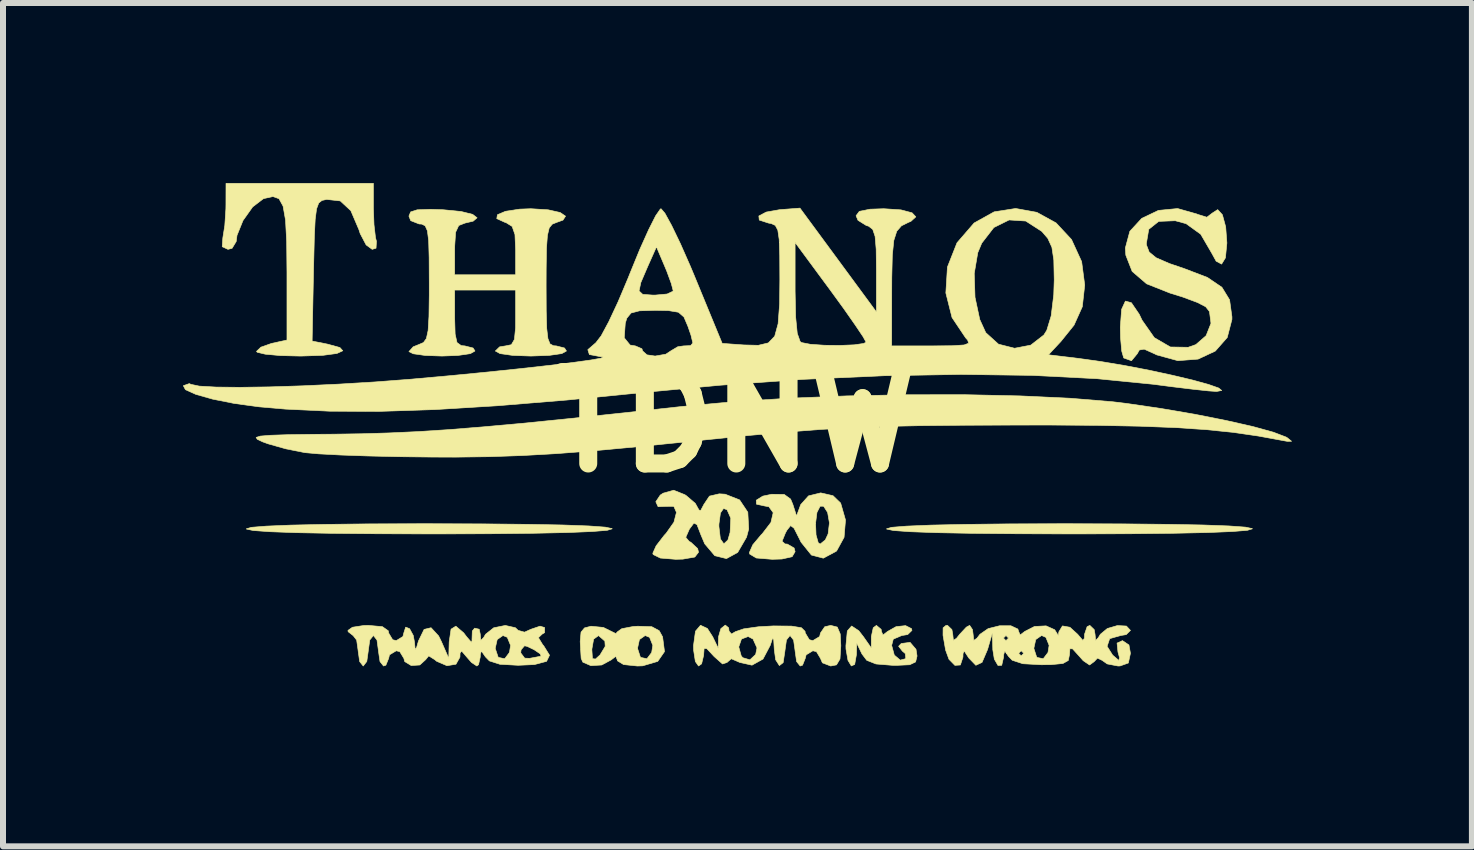
<source format=kicad_pcb>
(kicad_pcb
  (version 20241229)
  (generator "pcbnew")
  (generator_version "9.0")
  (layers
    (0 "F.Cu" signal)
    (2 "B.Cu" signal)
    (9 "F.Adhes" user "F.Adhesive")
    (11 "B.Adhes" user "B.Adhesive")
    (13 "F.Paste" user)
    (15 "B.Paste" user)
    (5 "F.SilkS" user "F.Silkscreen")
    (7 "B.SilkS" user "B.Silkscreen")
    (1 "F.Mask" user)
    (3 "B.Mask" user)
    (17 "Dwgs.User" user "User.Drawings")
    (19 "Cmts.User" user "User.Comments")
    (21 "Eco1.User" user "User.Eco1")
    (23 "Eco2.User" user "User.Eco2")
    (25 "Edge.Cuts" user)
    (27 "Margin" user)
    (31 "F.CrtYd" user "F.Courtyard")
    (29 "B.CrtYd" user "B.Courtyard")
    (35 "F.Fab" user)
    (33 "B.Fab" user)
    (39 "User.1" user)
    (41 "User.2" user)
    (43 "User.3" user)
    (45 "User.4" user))
  (footprint "TDNW"
    (layer "F.Cu")
    (at 9.183 3.984)
    (property "Reference" "TDNW" (at 0 0 0) (layer "F.SilkS") (effects (font (size 1.524 1.524) (thickness 0.3))))
    (attr through_hole)
    (fp_poly (pts (xy -4.191 1.696) (xy -3.448 1.703) (xy -2.857 1.714) (xy -2.422 1.73) (xy -2.146 1.75) (xy -2.034 1.774) (xy -2.032 1.778) (xy -2.116 1.803) (xy -2.365 1.823) (xy -2.774 1.84) (xy -3.34 1.852) (xy -4.058 1.86) (xy -4.923 1.863) (xy -5.08 1.863) (xy -5.969 1.86) (xy -6.712 1.853) (xy -7.303 1.842) (xy -7.738 1.826) (xy -8.014 1.806) (xy -8.126 1.782) (xy -8.128 1.778) (xy -8.044 1.753) (xy -7.795 1.733) (xy -7.386 1.716) (xy -6.82 1.704) (xy -6.102 1.696) (xy -5.237 1.693) (xy -5.08 1.693) (xy -4.191 1.696)) (stroke (width 0.01) (type solid)) (fill yes) (layer "F.SilkS"))
    (fp_poly (pts (xy 6.477 1.696) (xy 7.22 1.703) (xy 7.811 1.714) (xy 8.246 1.73) (xy 8.522 1.75) (xy 8.634 1.774) (xy 8.636 1.778) (xy 8.552 1.803) (xy 8.303 1.823) (xy 7.894 1.84) (xy 7.328 1.852) (xy 6.61 1.86) (xy 5.745 1.863) (xy 5.588 1.863) (xy 4.699 1.86) (xy 3.956 1.853) (xy 3.365 1.842) (xy 2.93 1.826) (xy 2.654 1.806) (xy 2.542 1.782) (xy 2.54 1.778) (xy 2.624 1.753) (xy 2.873 1.733) (xy 3.282 1.716) (xy 3.848 1.704) (xy 4.566 1.696) (xy 5.431 1.693) (xy 5.588 1.693) (xy 6.477 1.696)) (stroke (width 0.01) (type solid)) (fill yes) (layer "F.SilkS"))
    (fp_poly (pts (xy 2.45 3.453) (xy 2.455 3.488) (xy 2.48 3.547) (xy 2.557 3.488) (xy 2.699 3.408) (xy 2.857 3.391) (xy 2.956 3.441) (xy 2.963 3.471) (xy 2.892 3.54) (xy 2.794 3.556) (xy 2.652 3.616) (xy 2.625 3.72) (xy 2.669 3.882) (xy 2.768 3.966) (xy 2.861 3.941) (xy 2.852 3.857) (xy 2.804 3.816) (xy 2.741 3.735) (xy 2.785 3.689) (xy 2.932 3.67) (xy 3.031 3.786) (xy 3.048 3.898) (xy 3.024 3.996) (xy 2.926 4.043) (xy 2.711 4.053) (xy 2.633 4.052) (xy 2.363 4.03) (xy 2.21 3.969) (xy 2.13 3.863) (xy 2.043 3.683) (xy 2.038 3.873) (xy 2.009 4.038) (xy 1.953 4.063) (xy 1.897 3.97) (xy 1.864 3.78) (xy 1.863 3.725) (xy 1.886 3.48) (xy 1.958 3.397) (xy 2.077 3.476) (xy 2.154 3.575) (xy 2.286 3.763) (xy 2.286 3.575) (xy 2.318 3.427) (xy 2.371 3.387) (xy 2.45 3.453)) (stroke (width 0.01) (type solid)) (fill yes) (layer "F.SilkS"))
    (fp_poly (pts (xy -1.372 3.409) (xy -1.249 3.475) (xy -1.192 3.578) (xy -1.16 3.824) (xy -1.273 3.987) (xy -1.524 4.061) (xy -1.612 4.064) (xy -1.842 4.04) (xy -1.945 3.977) (xy -1.947 3.962) (xy -1.972 3.903) (xy -2.049 3.962) (xy -2.206 4.047) (xy -2.387 4.058) (xy -2.521 4) (xy -2.549 3.937) (xy -2.558 3.786) (xy -2.371 3.786) (xy -2.361 3.941) (xy -2.31 3.948) (xy -2.234 3.879) (xy -2.168 3.77) (xy -1.61 3.77) (xy -1.564 3.911) (xy -1.555 3.921) (xy -1.453 3.943) (xy -1.374 3.839) (xy -1.355 3.72) (xy -1.409 3.586) (xy -1.482 3.556) (xy -1.578 3.623) (xy -1.61 3.77) (xy -2.168 3.77) (xy -2.148 3.736) (xy -2.154 3.649) (xy -2.259 3.557) (xy -2.341 3.616) (xy -2.371 3.786) (xy -2.558 3.786) (xy -2.565 3.655) (xy -2.551 3.499) (xy -2.493 3.429) (xy -2.385 3.401) (xy -2.179 3.421) (xy -2.07 3.475) (xy -1.97 3.524) (xy -1.947 3.496) (xy -1.872 3.442) (xy -1.684 3.406) (xy -1.606 3.401) (xy -1.372 3.409)) (stroke (width 0.01) (type solid)) (fill yes) (layer "F.SilkS"))
    (fp_poly (pts (xy -6.011 -3.563) (xy -6.001 -3.29) (xy -5.976 -3.074) (xy -5.96 -3.013) (xy -5.967 -2.898) (xy -6.031 -2.879) (xy -6.132 -2.953) (xy -6.231 -3.142) (xy -6.252 -3.207) (xy -6.387 -3.523) (xy -6.563 -3.686) (xy -6.79 -3.711) (xy -6.868 -3.694) (xy -6.922 -3.651) (xy -6.958 -3.554) (xy -6.981 -3.378) (xy -6.995 -3.095) (xy -7.005 -2.678) (xy -7.009 -2.517) (xy -7.032 -1.351) (xy -6.776 -1.3) (xy -6.569 -1.243) (xy -6.521 -1.189) (xy -6.619 -1.144) (xy -6.852 -1.113) (xy -7.21 -1.101) (xy -7.239 -1.101) (xy -7.564 -1.109) (xy -7.813 -1.132) (xy -7.946 -1.164) (xy -7.959 -1.179) (xy -7.886 -1.249) (xy -7.71 -1.311) (xy -7.705 -1.312) (xy -7.451 -1.368) (xy -7.451 -2.494) (xy -7.456 -3.005) (xy -7.475 -3.366) (xy -7.516 -3.599) (xy -7.584 -3.723) (xy -7.686 -3.759) (xy -7.829 -3.727) (xy -7.848 -3.72) (xy -8.023 -3.586) (xy -8.184 -3.359) (xy -8.284 -3.112) (xy -8.297 -3.01) (xy -8.366 -2.896) (xy -8.434 -2.879) (xy -8.53 -2.923) (xy -8.52 -3.069) (xy -8.487 -3.277) (xy -8.469 -3.552) (xy -8.468 -3.619) (xy -8.467 -3.979) (xy -6.011 -3.979) (xy -6.011 -3.563)) (stroke (width 0.01) (type solid)) (fill yes) (layer "F.SilkS"))
    (fp_poly (pts (xy 1.648 1.226) (xy 1.775 1.349) (xy 1.856 1.631) (xy 1.832 1.92) (xy 1.71 2.143) (xy 1.7 2.153) (xy 1.486 2.267) (xy 1.288 2.215) (xy 1.115 2) (xy 1.091 1.951) (xy 0.999 1.769) (xy 0.941 1.724) (xy 0.88 1.801) (xy 0.855 1.847) (xy 0.799 1.985) (xy 0.849 2.03) (xy 0.886 2.032) (xy 1 2.098) (xy 1.016 2.159) (xy 0.966 2.243) (xy 0.797 2.281) (xy 0.635 2.286) (xy 0.369 2.264) (xy 0.259 2.198) (xy 0.254 2.174) (xy 0.311 2.044) (xy 0.451 1.877) (xy 0.469 1.86) (xy 0.601 1.688) (xy 1.357 1.688) (xy 1.365 1.88) (xy 1.402 2.011) (xy 1.434 2.032) (xy 1.52 1.962) (xy 1.566 1.863) (xy 1.588 1.679) (xy 1.558 1.506) (xy 1.491 1.401) (xy 1.433 1.401) (xy 1.38 1.505) (xy 1.357 1.688) (xy 0.601 1.688) (xy 0.613 1.673) (xy 0.651 1.509) (xy 0.579 1.41) (xy 0.507 1.397) (xy 0.372 1.367) (xy 0.369 1.301) (xy 0.478 1.233) (xy 0.626 1.202) (xy 0.835 1.205) (xy 0.941 1.282) (xy 0.978 1.37) (xy 1.04 1.564) (xy 1.11 1.374) (xy 1.24 1.229) (xy 1.443 1.179) (xy 1.648 1.226)) (stroke (width 0.01) (type solid)) (fill yes) (layer "F.SilkS"))
    (fp_poly (pts (xy -0.822 1.209) (xy -0.799 1.224) (xy -0.647 1.354) (xy -0.587 1.462) (xy -0.559 1.476) (xy -0.503 1.37) (xy -0.411 1.233) (xy -0.248 1.195) (xy -0.15 1.201) (xy 0.091 1.296) (xy 0.228 1.501) (xy 0.243 1.781) (xy 0.207 1.917) (xy 0.059 2.172) (xy -0.128 2.274) (xy -0.322 2.226) (xy -0.49 2.028) (xy -0.553 1.879) (xy -0.608 1.736) (xy -0.254 1.736) (xy -0.229 1.947) (xy -0.171 2.028) (xy -0.104 1.965) (xy -0.067 1.838) (xy -0.056 1.6) (xy -0.118 1.46) (xy -0.176 1.439) (xy -0.228 1.514) (xy -0.253 1.697) (xy -0.254 1.736) (xy -0.608 1.736) (xy -0.618 1.709) (xy -0.67 1.682) (xy -0.745 1.782) (xy -0.746 1.784) (xy -0.806 1.92) (xy -0.747 1.99) (xy -0.722 2.001) (xy -0.608 2.107) (xy -0.593 2.168) (xy -0.655 2.248) (xy -0.854 2.283) (xy -0.974 2.286) (xy -1.23 2.265) (xy -1.349 2.206) (xy -1.355 2.185) (xy -1.3 2.062) (xy -1.166 1.888) (xy -1.132 1.851) (xy -1.003 1.668) (xy -0.961 1.504) (xy -1.005 1.403) (xy -1.131 1.404) (xy -1.267 1.409) (xy -1.305 1.327) (xy -1.231 1.216) (xy -1.182 1.184) (xy -1.007 1.135) (xy -0.822 1.209)) (stroke (width 0.01) (type solid)) (fill yes) (layer "F.SilkS"))
    (fp_poly (pts (xy 7.708 -3.469) (xy 7.721 -3.463) (xy 7.877 -3.414) (xy 7.969 -3.484) (xy 8.058 -3.541) (xy 8.136 -3.456) (xy 8.191 -3.254) (xy 8.211 -2.985) (xy 8.187 -2.738) (xy 8.123 -2.633) (xy 8.032 -2.682) (xy 7.959 -2.815) (xy 7.775 -3.131) (xy 7.531 -3.307) (xy 7.35 -3.356) (xy 7.075 -3.345) (xy 6.909 -3.213) (xy 6.869 -2.976) (xy 6.873 -2.947) (xy 6.916 -2.834) (xy 7.032 -2.739) (xy 7.255 -2.642) (xy 7.502 -2.558) (xy 7.886 -2.411) (xy 8.128 -2.247) (xy 8.256 -2.038) (xy 8.295 -1.755) (xy 8.295 -1.711) (xy 8.217 -1.41) (xy 8.018 -1.184) (xy 7.731 -1.05) (xy 7.394 -1.024) (xy 7.043 -1.12) (xy 7.002 -1.14) (xy 6.833 -1.216) (xy 6.752 -1.202) (xy 6.718 -1.14) (xy 6.621 -1.023) (xy 6.495 -1.068) (xy 6.491 -1.072) (xy 6.459 -1.183) (xy 6.439 -1.405) (xy 6.435 -1.58) (xy 6.457 -1.88) (xy 6.52 -2.017) (xy 6.619 -1.99) (xy 6.75 -1.798) (xy 6.798 -1.698) (xy 7.002 -1.407) (xy 7.269 -1.252) (xy 7.566 -1.247) (xy 7.694 -1.292) (xy 7.865 -1.441) (xy 7.946 -1.646) (xy 7.921 -1.843) (xy 7.857 -1.923) (xy 7.719 -1.994) (xy 7.477 -2.084) (xy 7.264 -2.15) (xy 6.873 -2.305) (xy 6.633 -2.511) (xy 6.527 -2.782) (xy 6.519 -2.901) (xy 6.594 -3.18) (xy 6.792 -3.395) (xy 7.07 -3.528) (xy 7.39 -3.559) (xy 7.708 -3.469)) (stroke (width 0.01) (type solid)) (fill yes) (layer "F.SilkS"))
    (fp_poly (pts (xy 4.763 -0.437) (xy 5.598 -0.398) (xy 6.312 -0.339) (xy 6.542 -0.311) (xy 7.115 -0.227) (xy 7.676 -0.131) (xy 8.195 -0.028) (xy 8.642 0.073) (xy 8.986 0.168) (xy 9.198 0.249) (xy 9.218 0.261) (xy 9.289 0.319) (xy 9.216 0.32) (xy 9.144 0.307) (xy 8.736 0.232) (xy 8.318 0.171) (xy 7.865 0.125) (xy 7.353 0.091) (xy 6.759 0.068) (xy 6.059 0.054) (xy 5.228 0.048) (xy 4.614 0.049) (xy 3.791 0.052) (xy 3.099 0.059) (xy 2.5 0.072) (xy 1.954 0.093) (xy 1.424 0.123) (xy 0.871 0.166) (xy 0.257 0.221) (xy -0.457 0.293) (xy -0.754 0.324) (xy -1.61 0.41) (xy -2.334 0.477) (xy -2.963 0.525) (xy -3.532 0.557) (xy -4.078 0.576) (xy -4.637 0.583) (xy -5.029 0.582) (xy -5.581 0.576) (xy -6.102 0.564) (xy -6.56 0.548) (xy -6.919 0.529) (xy -7.145 0.509) (xy -7.154 0.508) (xy -7.47 0.445) (xy -7.767 0.361) (xy -7.858 0.328) (xy -7.946 0.286) (xy -7.965 0.255) (xy -7.896 0.233) (xy -7.724 0.219) (xy -7.428 0.209) (xy -6.991 0.203) (xy -6.673 0.201) (xy -6.206 0.194) (xy -5.745 0.18) (xy -5.268 0.158) (xy -4.755 0.125) (xy -4.182 0.079) (xy -3.528 0.02) (xy -2.772 -0.056) (xy -1.892 -0.149) (xy -0.866 -0.261) (xy -0.847 -0.263) (xy -0.012 -0.34) (xy 0.908 -0.398) (xy 1.88 -0.437) (xy 2.87 -0.456) (xy 3.842 -0.457) (xy 4.763 -0.437)) (stroke (width 0.01) (type solid)) (fill yes) (layer "F.SilkS"))
    (fp_poly (pts (xy -0.091 3.428) (xy -0.085 3.482) (xy -0.044 3.531) (xy 0.021 3.492) (xy 0.158 3.445) (xy 0.405 3.41) (xy 0.656 3.396) (xy 0.956 3.399) (xy 1.121 3.426) (xy 1.182 3.486) (xy 1.185 3.513) (xy 1.253 3.626) (xy 1.312 3.641) (xy 1.425 3.573) (xy 1.439 3.514) (xy 1.51 3.41) (xy 1.609 3.387) (xy 1.719 3.415) (xy 1.768 3.53) (xy 1.778 3.725) (xy 1.764 3.947) (xy 1.706 4.045) (xy 1.609 4.064) (xy 1.471 4.011) (xy 1.439 3.937) (xy 1.372 3.825) (xy 1.312 3.81) (xy 1.2 3.878) (xy 1.185 3.937) (xy 1.14 4.05) (xy 1.101 4.064) (xy 1.041 3.99) (xy 1.016 3.813) (xy 1.016 3.81) (xy 0.991 3.632) (xy 0.932 3.556) (xy 0.931 3.556) (xy 0.872 3.63) (xy 0.847 3.807) (xy 0.847 3.81) (xy 0.817 4.008) (xy 0.754 4.057) (xy 0.692 3.96) (xy 0.669 3.789) (xy 0.659 3.618) (xy 0.639 3.605) (xy 0.603 3.717) (xy 0.481 3.948) (xy 0.298 4.05) (xy 0.092 4.004) (xy 0.091 4.003) (xy -0.047 3.943) (xy -0.115 4.001) (xy -0.116 4.004) (xy -0.193 4.03) (xy -0.333 3.906) (xy -0.454 3.776) (xy -0.5 3.769) (xy -0.508 3.882) (xy -0.508 3.885) (xy -0.542 4.028) (xy -0.593 4.064) (xy -0.646 3.989) (xy -0.675 3.801) (xy -0.677 3.725) (xy -0.644 3.484) (xy -0.56 3.385) (xy -0.446 3.438) (xy -0.357 3.577) (xy -0.265 3.768) (xy -0.265 3.746) (xy 0.077 3.746) (xy 0.118 3.894) (xy 0.143 3.925) (xy 0.263 3.961) (xy 0.359 3.871) (xy 0.381 3.762) (xy 0.315 3.615) (xy 0.233 3.572) (xy 0.122 3.615) (xy 0.077 3.746) (xy -0.265 3.746) (xy -0.26 3.577) (xy -0.221 3.441) (xy -0.147 3.382) (xy -0.091 3.428)) (stroke (width 0.01) (type solid)) (fill yes) (layer "F.SilkS"))
    (fp_poly (pts (xy -3.099 -3.538) (xy -2.899 -3.493) (xy -2.809 -3.432) (xy -2.852 -3.366) (xy -2.955 -3.329) (xy -3.03 -3.299) (xy -3.081 -3.237) (xy -3.111 -3.113) (xy -3.127 -2.898) (xy -3.132 -2.562) (xy -3.133 -2.276) (xy -3.131 -1.85) (xy -3.123 -1.564) (xy -3.103 -1.392) (xy -3.068 -1.304) (xy -3.011 -1.273) (xy -2.963 -1.27) (xy -2.826 -1.235) (xy -2.794 -1.185) (xy -2.872 -1.142) (xy -3.082 -1.112) (xy -3.386 -1.101) (xy -3.387 -1.101) (xy -3.691 -1.112) (xy -3.901 -1.142) (xy -3.979 -1.185) (xy -3.979 -1.185) (xy -3.908 -1.254) (xy -3.81 -1.27) (xy -3.712 -1.29) (xy -3.661 -1.378) (xy -3.642 -1.572) (xy -3.641 -1.736) (xy -3.641 -2.201) (xy -4.657 -2.201) (xy -4.657 -1.736) (xy -4.649 -1.467) (xy -4.618 -1.326) (xy -4.547 -1.275) (xy -4.487 -1.27) (xy -4.35 -1.235) (xy -4.318 -1.185) (xy -4.396 -1.141) (xy -4.602 -1.111) (xy -4.868 -1.101) (xy -5.149 -1.111) (xy -5.347 -1.139) (xy -5.419 -1.175) (xy -5.348 -1.255) (xy -5.249 -1.295) (xy -5.177 -1.326) (xy -5.128 -1.393) (xy -5.099 -1.527) (xy -5.085 -1.758) (xy -5.08 -2.114) (xy -5.08 -2.32) (xy -5.082 -2.741) (xy -5.09 -3.02) (xy -5.111 -3.188) (xy -5.148 -3.271) (xy -5.206 -3.3) (xy -5.249 -3.302) (xy -5.389 -3.357) (xy -5.419 -3.433) (xy -5.39 -3.503) (xy -5.281 -3.538) (xy -5.058 -3.546) (xy -4.847 -3.539) (xy -4.551 -3.51) (xy -4.357 -3.462) (xy -4.283 -3.405) (xy -4.348 -3.349) (xy -4.484 -3.317) (xy -4.589 -3.276) (xy -4.641 -3.164) (xy -4.656 -2.937) (xy -4.657 -2.873) (xy -4.657 -2.455) (xy -3.641 -2.455) (xy -3.641 -2.869) (xy -3.652 -3.126) (xy -3.699 -3.261) (xy -3.799 -3.323) (xy -3.819 -3.329) (xy -3.955 -3.391) (xy -3.944 -3.456) (xy -3.81 -3.513) (xy -3.574 -3.549) (xy -3.387 -3.556) (xy -3.099 -3.538)) (stroke (width 0.01) (type solid)) (fill yes) (layer "F.SilkS"))
    (fp_poly (pts (xy 6 3.457) (xy 6.014 3.535) (xy 6.024 3.638) (xy 6.068 3.593) (xy 6.103 3.535) (xy 6.219 3.439) (xy 6.386 3.39) (xy 6.537 3.398) (xy 6.604 3.47) (xy 6.604 3.471) (xy 6.533 3.541) (xy 6.44 3.556) (xy 6.258 3.608) (xy 6.215 3.736) (xy 6.307 3.882) (xy 6.411 3.971) (xy 6.422 3.925) (xy 6.396 3.831) (xy 6.381 3.682) (xy 6.471 3.641) (xy 6.579 3.713) (xy 6.604 3.852) (xy 6.569 4.014) (xy 6.431 4.063) (xy 6.397 4.064) (xy 6.216 4.029) (xy 6.133 3.97) (xy 6.055 3.932) (xy 5.999 3.991) (xy 5.923 4.047) (xy 5.817 3.975) (xy 5.756 3.906) (xy 5.64 3.778) (xy 5.595 3.776) (xy 5.588 3.875) (xy 5.568 3.972) (xy 5.479 4.022) (xy 5.284 4.041) (xy 5.121 4.043) (xy 4.811 4.026) (xy 4.634 3.968) (xy 4.573 3.905) (xy 4.536 3.852) (xy 4.741 3.852) (xy 4.784 3.895) (xy 4.826 3.852) (xy 4.784 3.81) (xy 4.741 3.852) (xy 4.536 3.852) (xy 4.509 3.814) (xy 4.491 3.878) (xy 4.49 3.916) (xy 4.459 4.052) (xy 4.397 4.055) (xy 4.336 3.95) (xy 4.31 3.789) (xy 4.31 3.77) (xy 4.994 3.77) (xy 5.04 3.911) (xy 5.049 3.921) (xy 5.151 3.943) (xy 5.23 3.839) (xy 5.249 3.72) (xy 5.195 3.586) (xy 5.122 3.556) (xy 5.026 3.623) (xy 4.994 3.77) (xy 4.31 3.77) (xy 4.305 3.598) (xy 4.487 3.598) (xy 4.53 3.641) (xy 4.572 3.598) (xy 4.53 3.556) (xy 4.487 3.598) (xy 4.305 3.598) (xy 4.303 3.514) (xy 4.223 3.789) (xy 4.131 4.004) (xy 4.028 4.052) (xy 3.911 3.931) (xy 3.901 3.916) (xy 3.834 3.813) (xy 3.814 3.858) (xy 3.813 3.916) (xy 3.77 4.047) (xy 3.679 4.053) (xy 3.58 3.952) (xy 3.524 3.799) (xy 3.481 3.552) (xy 3.482 3.428) (xy 3.53 3.388) (xy 3.556 3.387) (xy 3.629 3.457) (xy 3.643 3.535) (xy 3.654 3.637) (xy 3.707 3.601) (xy 3.759 3.535) (xy 3.87 3.416) (xy 3.925 3.387) (xy 3.972 3.457) (xy 3.982 3.535) (xy 3.993 3.637) (xy 4.046 3.601) (xy 4.097 3.535) (xy 4.233 3.441) (xy 4.425 3.393) (xy 4.611 3.393) (xy 4.728 3.448) (xy 4.741 3.488) (xy 4.766 3.547) (xy 4.843 3.488) (xy 5.005 3.405) (xy 5.198 3.395) (xy 5.341 3.459) (xy 5.363 3.493) (xy 5.401 3.555) (xy 5.412 3.493) (xy 5.471 3.396) (xy 5.595 3.418) (xy 5.724 3.535) (xy 5.811 3.637) (xy 5.837 3.601) (xy 5.839 3.535) (xy 5.882 3.409) (xy 5.927 3.387) (xy 6 3.457)) (stroke (width 0.01) (type solid)) (fill yes) (layer "F.SilkS"))
    (fp_poly (pts (xy -5.861 3.408) (xy -5.763 3.477) (xy -5.757 3.514) (xy -5.69 3.626) (xy -5.63 3.641) (xy -5.519 3.573) (xy -5.503 3.509) (xy -5.473 3.416) (xy -5.408 3.442) (xy -5.347 3.554) (xy -5.326 3.667) (xy -5.315 3.789) (xy -5.291 3.755) (xy -5.26 3.647) (xy -5.166 3.454) (xy -5.05 3.426) (xy -4.924 3.563) (xy -4.878 3.656) (xy -4.755 3.937) (xy -4.751 3.77) (xy -3.981 3.77) (xy -3.934 3.911) (xy -3.925 3.921) (xy -3.823 3.943) (xy -3.749 3.845) (xy -3.556 3.845) (xy -3.49 3.933) (xy -3.408 3.936) (xy -3.259 3.908) (xy -3.217 3.9) (xy -3.232 3.861) (xy -3.332 3.793) (xy -3.448 3.737) (xy -3.493 3.727) (xy -3.55 3.794) (xy -3.556 3.845) (xy -3.749 3.845) (xy -3.744 3.839) (xy -3.725 3.72) (xy -3.78 3.586) (xy -3.852 3.556) (xy -3.948 3.623) (xy -3.981 3.77) (xy -4.751 3.77) (xy -4.748 3.662) (xy -4.717 3.45) (xy -4.637 3.4) (xy -4.506 3.512) (xy -4.457 3.577) (xy -4.376 3.67) (xy -4.366 3.634) (xy -4.368 3.628) (xy -4.363 3.481) (xy -4.324 3.433) (xy -4.248 3.451) (xy -4.231 3.53) (xy -4.221 3.636) (xy -4.175 3.591) (xy -4.142 3.535) (xy -4.006 3.427) (xy -3.813 3.388) (xy -3.645 3.426) (xy -3.599 3.47) (xy -3.493 3.5) (xy -3.387 3.452) (xy -3.234 3.4) (xy -3.158 3.423) (xy -3.158 3.508) (xy -3.201 3.534) (xy -3.261 3.592) (xy -3.191 3.707) (xy -3.172 3.729) (xy -3.076 3.884) (xy -3.125 3.986) (xy -3.327 4.04) (xy -3.599 4.052) (xy -3.903 4.035) (xy -4.078 3.979) (xy -4.145 3.91) (xy -4.211 3.814) (xy -4.229 3.869) (xy -4.231 3.916) (xy -4.259 4.042) (xy -4.287 4.064) (xy -4.376 4.005) (xy -4.454 3.916) (xy -4.541 3.814) (xy -4.567 3.85) (xy -4.569 3.916) (xy -4.635 4.034) (xy -4.785 4.059) (xy -4.957 3.985) (xy -4.989 3.958) (xy -5.089 3.895) (xy -5.14 3.958) (xy -5.238 4.047) (xy -5.381 4.056) (xy -5.489 3.99) (xy -5.503 3.937) (xy -5.571 3.825) (xy -5.63 3.81) (xy -5.743 3.878) (xy -5.757 3.937) (xy -5.803 4.05) (xy -5.842 4.064) (xy -5.901 3.99) (xy -5.927 3.813) (xy -5.927 3.81) (xy -5.951 3.632) (xy -6.01 3.556) (xy -6.011 3.556) (xy -6.071 3.63) (xy -6.096 3.807) (xy -6.096 3.81) (xy -6.121 3.988) (xy -6.18 4.064) (xy -6.181 4.064) (xy -6.24 3.99) (xy -6.265 3.813) (xy -6.265 3.81) (xy -6.29 3.632) (xy -6.349 3.556) (xy -6.35 3.556) (xy -6.432 3.492) (xy -6.435 3.471) (xy -6.36 3.418) (xy -6.172 3.389) (xy -6.096 3.387) (xy -5.861 3.408)) (stroke (width 0.01) (type solid)) (fill yes) (layer "F.SilkS"))
    (fp_poly (pts (xy 1.734 -2.701) (xy 2.371 -1.836) (xy 2.371 -2.535) (xy 2.367 -2.882) (xy 2.349 -3.095) (xy 2.31 -3.211) (xy 2.241 -3.265) (xy 2.201 -3.277) (xy 2.064 -3.363) (xy 2.032 -3.439) (xy 2.086 -3.512) (xy 2.263 -3.548) (xy 2.493 -3.556) (xy 2.78 -3.537) (xy 2.965 -3.488) (xy 3.028 -3.421) (xy 2.946 -3.346) (xy 2.905 -3.329) (xy 2.788 -3.271) (xy 2.71 -3.181) (xy 2.661 -3.028) (xy 2.636 -2.78) (xy 2.627 -2.409) (xy 2.626 -2.18) (xy 2.625 -1.27) (xy 3.308 -1.27) (xy 3.642 -1.273) (xy 3.833 -1.286) (xy 3.908 -1.315) (xy 3.892 -1.366) (xy 3.858 -1.404) (xy 3.631 -1.743) (xy 3.528 -2.152) (xy 3.548 -2.477) (xy 4.001 -2.477) (xy 4.014 -2.08) (xy 4.093 -1.71) (xy 4.193 -1.491) (xy 4.405 -1.299) (xy 4.673 -1.231) (xy 4.943 -1.283) (xy 5.161 -1.452) (xy 5.21 -1.53) (xy 5.283 -1.77) (xy 5.326 -2.123) (xy 5.334 -2.37) (xy 5.327 -2.701) (xy 5.295 -2.914) (xy 5.227 -3.062) (xy 5.126 -3.179) (xy 4.859 -3.351) (xy 4.582 -3.369) (xy 4.328 -3.243) (xy 4.126 -2.982) (xy 4.06 -2.824) (xy 4.001 -2.477) (xy 3.548 -2.477) (xy 3.554 -2.583) (xy 3.713 -2.986) (xy 3.718 -2.993) (xy 3.999 -3.318) (xy 4.333 -3.504) (xy 4.691 -3.56) (xy 5.044 -3.496) (xy 5.364 -3.32) (xy 5.622 -3.043) (xy 5.791 -2.674) (xy 5.842 -2.284) (xy 5.802 -1.923) (xy 5.664 -1.616) (xy 5.445 -1.344) (xy 5.238 -1.122) (xy 5.73 -1.063) (xy 6.109 -1.01) (xy 6.514 -0.942) (xy 6.92 -0.864) (xy 7.303 -0.781) (xy 7.64 -0.701) (xy 7.905 -0.628) (xy 8.075 -0.568) (xy 8.125 -0.527) (xy 8.04 -0.511) (xy 7.906 -0.52) (xy 7.645 -0.548) (xy 7.297 -0.59) (xy 6.982 -0.631) (xy 6.045 -0.724) (xy 4.969 -0.779) (xy 3.778 -0.795) (xy 2.498 -0.773) (xy 1.153 -0.713) (xy -0.231 -0.615) (xy -1.439 -0.501) (xy -2.766 -0.37) (xy -3.943 -0.273) (xy -4.987 -0.209) (xy -5.913 -0.179) (xy -6.738 -0.182) (xy -7.478 -0.217) (xy -7.916 -0.255) (xy -8.328 -0.311) (xy -8.689 -0.383) (xy -8.971 -0.463) (xy -9.143 -0.541) (xy -9.178 -0.607) (xy -9.079 -0.642) (xy -9.05 -0.629) (xy -8.912 -0.6) (xy -8.632 -0.584) (xy -8.234 -0.58) (xy -7.744 -0.587) (xy -7.187 -0.605) (xy -6.59 -0.633) (xy -5.978 -0.67) (xy -5.376 -0.716) (xy -5.334 -0.72) (xy -4.711 -0.776) (xy -4.116 -0.834) (xy -3.567 -0.891) (xy -3.084 -0.945) (xy -2.685 -0.994) (xy -2.39 -1.035) (xy -2.216 -1.066) (xy -2.183 -1.086) (xy -2.223 -1.09) (xy -2.412 -1.126) (xy -2.438 -1.207) (xy -2.303 -1.324) (xy -2.241 -1.405) (xy -1.831 -1.405) (xy -1.733 -1.284) (xy -1.646 -1.27) (xy -1.537 -1.223) (xy -1.524 -1.185) (xy -1.452 -1.121) (xy -1.317 -1.101) (xy -1.138 -1.132) (xy -1.058 -1.185) (xy -0.939 -1.256) (xy -0.842 -1.27) (xy -0.725 -1.275) (xy -0.688 -1.319) (xy -0.719 -1.449) (xy -0.77 -1.596) (xy -0.836 -1.751) (xy -0.928 -1.831) (xy -1.097 -1.859) (xy -1.311 -1.863) (xy -1.576 -1.855) (xy -1.718 -1.818) (xy -1.788 -1.732) (xy -1.814 -1.647) (xy -1.831 -1.405) (xy -2.241 -1.405) (xy -2.217 -1.435) (xy -2.089 -1.673) (xy -1.934 -2.004) (xy -1.857 -2.186) (xy -1.584 -2.186) (xy -1.523 -2.129) (xy -1.36 -2.117) (xy -1.312 -2.117) (xy -1.116 -2.135) (xy -1.019 -2.181) (xy -1.016 -2.191) (xy -1.047 -2.31) (xy -1.123 -2.517) (xy -1.155 -2.593) (xy -1.294 -2.921) (xy -1.445 -2.582) (xy -1.555 -2.325) (xy -1.584 -2.186) (xy -1.857 -2.186) (xy -1.768 -2.397) (xy -1.732 -2.487) (xy -1.572 -2.878) (xy -1.425 -3.205) (xy -1.307 -3.439) (xy -1.23 -3.55) (xy -1.218 -3.556) (xy -1.154 -3.482) (xy -1.042 -3.278) (xy -0.895 -2.973) (xy -0.728 -2.594) (xy -0.661 -2.434) (xy -0.199 -1.312) (xy 0.161 -1.286) (xy 0.403 -1.28) (xy 0.57 -1.32) (xy 0.676 -1.431) (xy 0.733 -1.639) (xy 0.758 -1.97) (xy 0.76 -2.182) (xy 1.016 -2.182) (xy 1.025 -1.753) (xy 1.052 -1.479) (xy 1.1 -1.343) (xy 1.122 -1.326) (xy 1.271 -1.297) (xy 1.503 -1.281) (xy 1.764 -1.278) (xy 2.002 -1.288) (xy 2.161 -1.311) (xy 2.198 -1.333) (xy 2.149 -1.423) (xy 2.018 -1.618) (xy 1.827 -1.891) (xy 1.605 -2.196) (xy 1.016 -2.994) (xy 1.016 -2.182) (xy 0.76 -2.182) (xy 0.762 -2.375) (xy 0.76 -2.778) (xy 0.751 -3.043) (xy 0.728 -3.199) (xy 0.686 -3.278) (xy 0.617 -3.309) (xy 0.572 -3.317) (xy 0.419 -3.367) (xy 0.412 -3.435) (xy 0.534 -3.5) (xy 0.758 -3.54) (xy 1.097 -3.566) (xy 1.734 -2.701)) (stroke (width 0.01) (type solid)) (fill yes) (layer "F.SilkS")))
  (gr_rect
    (start -3 -3)
    (end 21.477 11.053)
    (stroke (width 0.1) (type default))
    (fill no)
    (layer "Edge.Cuts")))
</source>
